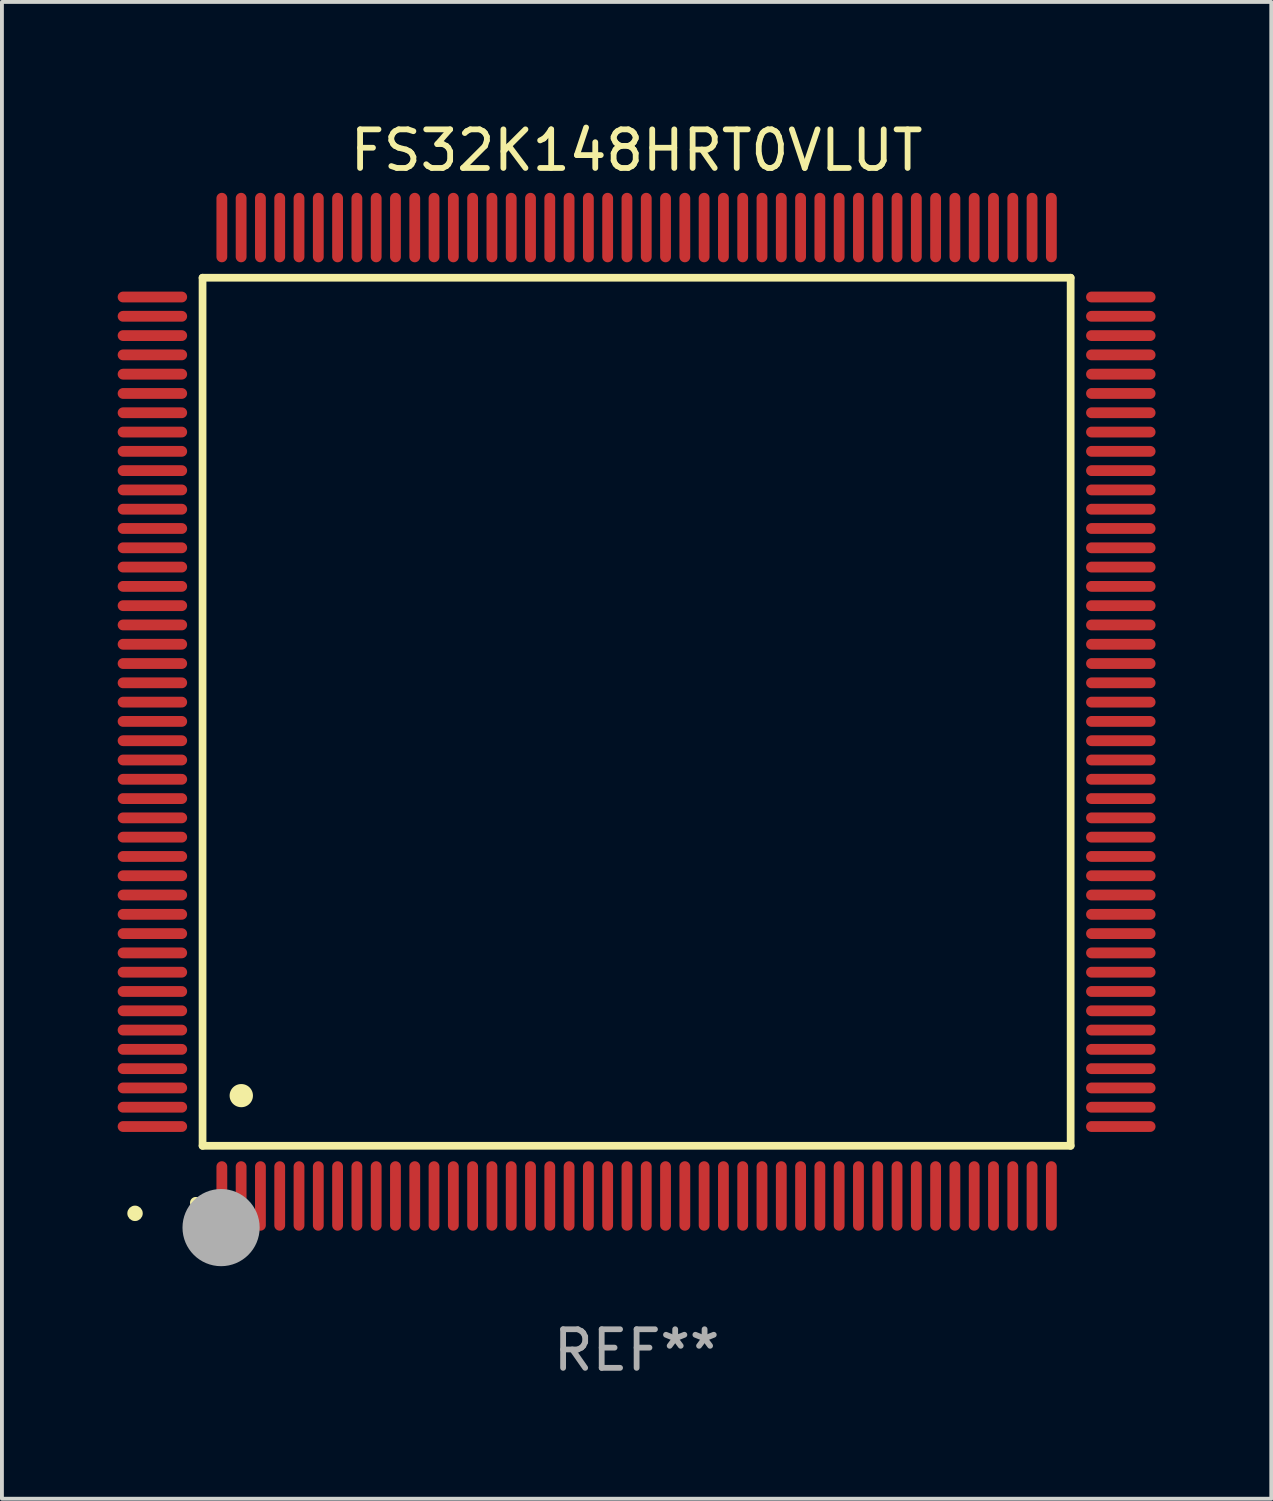
<source format=kicad_pcb>
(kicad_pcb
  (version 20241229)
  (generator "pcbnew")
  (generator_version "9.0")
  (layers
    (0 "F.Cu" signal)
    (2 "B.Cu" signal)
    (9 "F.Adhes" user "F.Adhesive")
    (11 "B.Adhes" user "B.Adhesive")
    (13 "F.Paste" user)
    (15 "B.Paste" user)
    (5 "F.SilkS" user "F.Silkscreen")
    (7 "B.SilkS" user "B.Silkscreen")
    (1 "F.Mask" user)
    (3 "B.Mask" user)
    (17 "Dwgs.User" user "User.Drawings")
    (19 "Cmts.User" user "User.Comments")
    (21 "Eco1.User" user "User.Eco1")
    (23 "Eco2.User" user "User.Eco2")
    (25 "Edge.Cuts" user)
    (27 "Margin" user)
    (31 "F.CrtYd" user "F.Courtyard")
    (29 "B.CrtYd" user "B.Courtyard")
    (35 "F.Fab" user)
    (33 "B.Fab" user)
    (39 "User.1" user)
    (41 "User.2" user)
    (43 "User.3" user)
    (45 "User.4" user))
  (footprint "FS32K148HRT0VLUT"
    (layer "F.Cu")
    (at 13.45 15.398)
    (property "Reference" "FS32K148HRT0VLUT" (at 0 -14.55 0) (layer "F.SilkS") (effects (font (size 1 1) (thickness 0.15))))
    (attr through_hole)
    (fp_line (start -11.25 -11.25) (end 11.25 -11.25) (stroke (width 0.2) (type solid)) (layer "F.SilkS"))
    (fp_line (start -11.25 11.25) (end -11.25 -11.25) (stroke (width 0.2) (type solid)) (layer "F.SilkS"))
    (fp_line (start 11.25 -11.25) (end 11.25 11.25) (stroke (width 0.2) (type solid)) (layer "F.SilkS"))
    (fp_line (start 11.25 11.25) (end -11.25 11.25) (stroke (width 0.2) (type solid)) (layer "F.SilkS"))
    (fp_arc (start -11.424943 12.725425) (mid -11.423673 12.72542) (end -11.422403 12.725425) (stroke (width 0.3) (type solid)) (layer "F.SilkS"))
    (fp_arc (start -10.24892 9.9492) (mid -10.24638 9.949189) (end -10.24384 9.9492) (stroke (width 0.6) (type solid)) (layer "F.SilkS"))
    (fp_circle (center -13 13) (end -12.9 13) (stroke (width 0.2) (type solid)) (fill no) (layer "F.SilkS"))
    (fp_circle (center -10.77 13.37) (end -10.27 13.37) (stroke (width 1) (type solid)) (fill no) (layer "F.Fab"))
    (fp_text user "REF**" (at 0 16.55 0) (layer "F.Fab") (effects (font (size 1 1) (thickness 0.15))))
    (pad "1" smd oval (at -10.75 12.55) (size 0.28 1.8) (layers "F.Cu" "F.Mask" "F.Paste"))
    (pad "2" smd oval (at -10.25 12.55) (size 0.28 1.8) (layers "F.Cu" "F.Mask" "F.Paste"))
    (pad "3" smd oval (at -9.75 12.55) (size 0.28 1.8) (layers "F.Cu" "F.Mask" "F.Paste"))
    (pad "4" smd oval (at -9.25 12.55) (size 0.28 1.8) (layers "F.Cu" "F.Mask" "F.Paste"))
    (pad "5" smd oval (at -8.75 12.55) (size 0.28 1.8) (layers "F.Cu" "F.Mask" "F.Paste"))
    (pad "6" smd oval (at -8.25 12.55) (size 0.28 1.8) (layers "F.Cu" "F.Mask" "F.Paste"))
    (pad "7" smd oval (at -7.75 12.55) (size 0.28 1.8) (layers "F.Cu" "F.Mask" "F.Paste"))
    (pad "8" smd oval (at -7.25 12.55) (size 0.28 1.8) (layers "F.Cu" "F.Mask" "F.Paste"))
    (pad "9" smd oval (at -6.75 12.55) (size 0.28 1.8) (layers "F.Cu" "F.Mask" "F.Paste"))
    (pad "10" smd oval (at -6.25 12.55) (size 0.28 1.8) (layers "F.Cu" "F.Mask" "F.Paste"))
    (pad "11" smd oval (at -5.75 12.55) (size 0.28 1.8) (layers "F.Cu" "F.Mask" "F.Paste"))
    (pad "12" smd oval (at -5.25 12.55) (size 0.28 1.8) (layers "F.Cu" "F.Mask" "F.Paste"))
    (pad "13" smd oval (at -4.75 12.55) (size 0.28 1.8) (layers "F.Cu" "F.Mask" "F.Paste"))
    (pad "14" smd oval (at -4.25 12.55) (size 0.28 1.8) (layers "F.Cu" "F.Mask" "F.Paste"))
    (pad "15" smd oval (at -3.75 12.55) (size 0.28 1.8) (layers "F.Cu" "F.Mask" "F.Paste"))
    (pad "16" smd oval (at -3.25 12.55) (size 0.28 1.8) (layers "F.Cu" "F.Mask" "F.Paste"))
    (pad "17" smd oval (at -2.75 12.55) (size 0.28 1.8) (layers "F.Cu" "F.Mask" "F.Paste"))
    (pad "18" smd oval (at -2.25 12.55) (size 0.28 1.8) (layers "F.Cu" "F.Mask" "F.Paste"))
    (pad "19" smd oval (at -1.75 12.55) (size 0.28 1.8) (layers "F.Cu" "F.Mask" "F.Paste"))
    (pad "20" smd oval (at -1.25 12.55) (size 0.28 1.8) (layers "F.Cu" "F.Mask" "F.Paste"))
    (pad "21" smd oval (at -0.75 12.55) (size 0.28 1.8) (layers "F.Cu" "F.Mask" "F.Paste"))
    (pad "22" smd oval (at -0.25 12.55) (size 0.28 1.8) (layers "F.Cu" "F.Mask" "F.Paste"))
    (pad "23" smd oval (at 0.25 12.55) (size 0.28 1.8) (layers "F.Cu" "F.Mask" "F.Paste"))
    (pad "24" smd oval (at 0.75 12.55) (size 0.28 1.8) (layers "F.Cu" "F.Mask" "F.Paste"))
    (pad "25" smd oval (at 1.25 12.55) (size 0.28 1.8) (layers "F.Cu" "F.Mask" "F.Paste"))
    (pad "26" smd oval (at 1.75 12.55) (size 0.28 1.8) (layers "F.Cu" "F.Mask" "F.Paste"))
    (pad "27" smd oval (at 2.25 12.55) (size 0.28 1.8) (layers "F.Cu" "F.Mask" "F.Paste"))
    (pad "28" smd oval (at 2.75 12.55) (size 0.28 1.8) (layers "F.Cu" "F.Mask" "F.Paste"))
    (pad "29" smd oval (at 3.25 12.55) (size 0.28 1.8) (layers "F.Cu" "F.Mask" "F.Paste"))
    (pad "30" smd oval (at 3.75 12.55) (size 0.28 1.8) (layers "F.Cu" "F.Mask" "F.Paste"))
    (pad "31" smd oval (at 4.25 12.55) (size 0.28 1.8) (layers "F.Cu" "F.Mask" "F.Paste"))
    (pad "32" smd oval (at 4.75 12.55) (size 0.28 1.8) (layers "F.Cu" "F.Mask" "F.Paste"))
    (pad "33" smd oval (at 5.25 12.55) (size 0.28 1.8) (layers "F.Cu" "F.Mask" "F.Paste"))
    (pad "34" smd oval (at 5.75 12.55) (size 0.28 1.8) (layers "F.Cu" "F.Mask" "F.Paste"))
    (pad "35" smd oval (at 6.25 12.55) (size 0.28 1.8) (layers "F.Cu" "F.Mask" "F.Paste"))
    (pad "36" smd oval (at 6.75 12.55) (size 0.28 1.8) (layers "F.Cu" "F.Mask" "F.Paste"))
    (pad "37" smd oval (at 7.25 12.55) (size 0.28 1.8) (layers "F.Cu" "F.Mask" "F.Paste"))
    (pad "38" smd oval (at 7.75 12.55) (size 0.28 1.8) (layers "F.Cu" "F.Mask" "F.Paste"))
    (pad "39" smd oval (at 8.25 12.55) (size 0.28 1.8) (layers "F.Cu" "F.Mask" "F.Paste"))
    (pad "40" smd oval (at 8.75 12.55) (size 0.28 1.8) (layers "F.Cu" "F.Mask" "F.Paste"))
    (pad "41" smd oval (at 9.25 12.55) (size 0.28 1.8) (layers "F.Cu" "F.Mask" "F.Paste"))
    (pad "42" smd oval (at 9.75 12.55) (size 0.28 1.8) (layers "F.Cu" "F.Mask" "F.Paste"))
    (pad "43" smd oval (at 10.25 12.55) (size 0.28 1.8) (layers "F.Cu" "F.Mask" "F.Paste"))
    (pad "44" smd oval (at 10.75 12.55) (size 0.28 1.8) (layers "F.Cu" "F.Mask" "F.Paste"))
    (pad "45" smd oval (at 12.55 10.75) (size 1.8 0.28) (layers "F.Cu" "F.Mask" "F.Paste"))
    (pad "46" smd oval (at 12.55 10.25) (size 1.8 0.28) (layers "F.Cu" "F.Mask" "F.Paste"))
    (pad "47" smd oval (at 12.55 9.75) (size 1.8 0.28) (layers "F.Cu" "F.Mask" "F.Paste"))
    (pad "48" smd oval (at 12.55 9.25) (size 1.8 0.28) (layers "F.Cu" "F.Mask" "F.Paste"))
    (pad "49" smd oval (at 12.55 8.75) (size 1.8 0.28) (layers "F.Cu" "F.Mask" "F.Paste"))
    (pad "50" smd oval (at 12.55 8.25) (size 1.8 0.28) (layers "F.Cu" "F.Mask" "F.Paste"))
    (pad "51" smd oval (at 12.55 7.75) (size 1.8 0.28) (layers "F.Cu" "F.Mask" "F.Paste"))
    (pad "52" smd oval (at 12.55 7.25) (size 1.8 0.28) (layers "F.Cu" "F.Mask" "F.Paste"))
    (pad "53" smd oval (at 12.55 6.75) (size 1.8 0.28) (layers "F.Cu" "F.Mask" "F.Paste"))
    (pad "54" smd oval (at 12.55 6.25) (size 1.8 0.28) (layers "F.Cu" "F.Mask" "F.Paste"))
    (pad "55" smd oval (at 12.55 5.75) (size 1.8 0.28) (layers "F.Cu" "F.Mask" "F.Paste"))
    (pad "56" smd oval (at 12.55 5.25) (size 1.8 0.28) (layers "F.Cu" "F.Mask" "F.Paste"))
    (pad "57" smd oval (at 12.55 4.75) (size 1.8 0.28) (layers "F.Cu" "F.Mask" "F.Paste"))
    (pad "58" smd oval (at 12.55 4.25) (size 1.8 0.28) (layers "F.Cu" "F.Mask" "F.Paste"))
    (pad "59" smd oval (at 12.55 3.75) (size 1.8 0.28) (layers "F.Cu" "F.Mask" "F.Paste"))
    (pad "60" smd oval (at 12.55 3.25) (size 1.8 0.28) (layers "F.Cu" "F.Mask" "F.Paste"))
    (pad "61" smd oval (at 12.55 2.75) (size 1.8 0.28) (layers "F.Cu" "F.Mask" "F.Paste"))
    (pad "62" smd oval (at 12.55 2.25) (size 1.8 0.28) (layers "F.Cu" "F.Mask" "F.Paste"))
    (pad "63" smd oval (at 12.55 1.75) (size 1.8 0.28) (layers "F.Cu" "F.Mask" "F.Paste"))
    (pad "64" smd oval (at 12.55 1.25) (size 1.8 0.28) (layers "F.Cu" "F.Mask" "F.Paste"))
    (pad "65" smd oval (at 12.55 0.75) (size 1.8 0.28) (layers "F.Cu" "F.Mask" "F.Paste"))
    (pad "66" smd oval (at 12.55 0.25) (size 1.8 0.28) (layers "F.Cu" "F.Mask" "F.Paste"))
    (pad "67" smd oval (at 12.55 -0.25) (size 1.8 0.28) (layers "F.Cu" "F.Mask" "F.Paste"))
    (pad "68" smd oval (at 12.55 -0.75) (size 1.8 0.28) (layers "F.Cu" "F.Mask" "F.Paste"))
    (pad "69" smd oval (at 12.55 -1.25) (size 1.8 0.28) (layers "F.Cu" "F.Mask" "F.Paste"))
    (pad "70" smd oval (at 12.55 -1.75) (size 1.8 0.28) (layers "F.Cu" "F.Mask" "F.Paste"))
    (pad "71" smd oval (at 12.55 -2.25) (size 1.8 0.28) (layers "F.Cu" "F.Mask" "F.Paste"))
    (pad "72" smd oval (at 12.55 -2.75) (size 1.8 0.28) (layers "F.Cu" "F.Mask" "F.Paste"))
    (pad "73" smd oval (at 12.55 -3.25) (size 1.8 0.28) (layers "F.Cu" "F.Mask" "F.Paste"))
    (pad "74" smd oval (at 12.55 -3.75) (size 1.8 0.28) (layers "F.Cu" "F.Mask" "F.Paste"))
    (pad "75" smd oval (at 12.55 -4.25) (size 1.8 0.28) (layers "F.Cu" "F.Mask" "F.Paste"))
    (pad "76" smd oval (at 12.55 -4.75) (size 1.8 0.28) (layers "F.Cu" "F.Mask" "F.Paste"))
    (pad "77" smd oval (at 12.55 -5.25) (size 1.8 0.28) (layers "F.Cu" "F.Mask" "F.Paste"))
    (pad "78" smd oval (at 12.55 -5.75) (size 1.8 0.28) (layers "F.Cu" "F.Mask" "F.Paste"))
    (pad "79" smd oval (at 12.55 -6.25) (size 1.8 0.28) (layers "F.Cu" "F.Mask" "F.Paste"))
    (pad "80" smd oval (at 12.55 -6.75) (size 1.8 0.28) (layers "F.Cu" "F.Mask" "F.Paste"))
    (pad "81" smd oval (at 12.55 -7.25) (size 1.8 0.28) (layers "F.Cu" "F.Mask" "F.Paste"))
    (pad "82" smd oval (at 12.55 -7.75) (size 1.8 0.28) (layers "F.Cu" "F.Mask" "F.Paste"))
    (pad "83" smd oval (at 12.55 -8.25) (size 1.8 0.28) (layers "F.Cu" "F.Mask" "F.Paste"))
    (pad "84" smd oval (at 12.55 -8.75) (size 1.8 0.28) (layers "F.Cu" "F.Mask" "F.Paste"))
    (pad "85" smd oval (at 12.55 -9.25) (size 1.8 0.28) (layers "F.Cu" "F.Mask" "F.Paste"))
    (pad "86" smd oval (at 12.55 -9.75) (size 1.8 0.28) (layers "F.Cu" "F.Mask" "F.Paste"))
    (pad "87" smd oval (at 12.55 -10.25) (size 1.8 0.28) (layers "F.Cu" "F.Mask" "F.Paste"))
    (pad "88" smd oval (at 12.55 -10.75) (size 1.8 0.28) (layers "F.Cu" "F.Mask" "F.Paste"))
    (pad "89" smd oval (at 10.75 -12.55) (size 0.28 1.8) (layers "F.Cu" "F.Mask" "F.Paste"))
    (pad "90" smd oval (at 10.25 -12.55) (size 0.28 1.8) (layers "F.Cu" "F.Mask" "F.Paste"))
    (pad "91" smd oval (at 9.75 -12.55) (size 0.28 1.8) (layers "F.Cu" "F.Mask" "F.Paste"))
    (pad "92" smd oval (at 9.25 -12.55) (size 0.28 1.8) (layers "F.Cu" "F.Mask" "F.Paste"))
    (pad "93" smd oval (at 8.75 -12.55) (size 0.28 1.8) (layers "F.Cu" "F.Mask" "F.Paste"))
    (pad "94" smd oval (at 8.25 -12.55) (size 0.28 1.8) (layers "F.Cu" "F.Mask" "F.Paste"))
    (pad "95" smd oval (at 7.75 -12.55) (size 0.28 1.8) (layers "F.Cu" "F.Mask" "F.Paste"))
    (pad "96" smd oval (at 7.25 -12.55) (size 0.28 1.8) (layers "F.Cu" "F.Mask" "F.Paste"))
    (pad "97" smd oval (at 6.75 -12.55) (size 0.28 1.8) (layers "F.Cu" "F.Mask" "F.Paste"))
    (pad "98" smd oval (at 6.25 -12.55) (size 0.28 1.8) (layers "F.Cu" "F.Mask" "F.Paste"))
    (pad "99" smd oval (at 5.75 -12.55) (size 0.28 1.8) (layers "F.Cu" "F.Mask" "F.Paste"))
    (pad "100" smd oval (at 5.25 -12.55) (size 0.28 1.8) (layers "F.Cu" "F.Mask" "F.Paste"))
    (pad "101" smd oval (at 4.75 -12.55) (size 0.28 1.8) (layers "F.Cu" "F.Mask" "F.Paste"))
    (pad "102" smd oval (at 4.25 -12.55) (size 0.28 1.8) (layers "F.Cu" "F.Mask" "F.Paste"))
    (pad "103" smd oval (at 3.75 -12.55) (size 0.28 1.8) (layers "F.Cu" "F.Mask" "F.Paste"))
    (pad "104" smd oval (at 3.25 -12.55) (size 0.28 1.8) (layers "F.Cu" "F.Mask" "F.Paste"))
    (pad "105" smd oval (at 2.75 -12.55) (size 0.28 1.8) (layers "F.Cu" "F.Mask" "F.Paste"))
    (pad "106" smd oval (at 2.25 -12.55) (size 0.28 1.8) (layers "F.Cu" "F.Mask" "F.Paste"))
    (pad "107" smd oval (at 1.75 -12.55) (size 0.28 1.8) (layers "F.Cu" "F.Mask" "F.Paste"))
    (pad "108" smd oval (at 1.25 -12.55) (size 0.28 1.8) (layers "F.Cu" "F.Mask" "F.Paste"))
    (pad "109" smd oval (at 0.75 -12.55) (size 0.28 1.8) (layers "F.Cu" "F.Mask" "F.Paste"))
    (pad "110" smd oval (at 0.25 -12.55) (size 0.28 1.8) (layers "F.Cu" "F.Mask" "F.Paste"))
    (pad "111" smd oval (at -0.25 -12.55) (size 0.28 1.8) (layers "F.Cu" "F.Mask" "F.Paste"))
    (pad "112" smd oval (at -0.75 -12.55) (size 0.28 1.8) (layers "F.Cu" "F.Mask" "F.Paste"))
    (pad "113" smd oval (at -1.25 -12.55) (size 0.28 1.8) (layers "F.Cu" "F.Mask" "F.Paste"))
    (pad "114" smd oval (at -1.75 -12.55) (size 0.28 1.8) (layers "F.Cu" "F.Mask" "F.Paste"))
    (pad "115" smd oval (at -2.25 -12.55) (size 0.28 1.8) (layers "F.Cu" "F.Mask" "F.Paste"))
    (pad "116" smd oval (at -2.75 -12.55) (size 0.28 1.8) (layers "F.Cu" "F.Mask" "F.Paste"))
    (pad "117" smd oval (at -3.25 -12.55) (size 0.28 1.8) (layers "F.Cu" "F.Mask" "F.Paste"))
    (pad "118" smd oval (at -3.75 -12.55) (size 0.28 1.8) (layers "F.Cu" "F.Mask" "F.Paste"))
    (pad "119" smd oval (at -4.25 -12.55) (size 0.28 1.8) (layers "F.Cu" "F.Mask" "F.Paste"))
    (pad "120" smd oval (at -4.75 -12.55) (size 0.28 1.8) (layers "F.Cu" "F.Mask" "F.Paste"))
    (pad "121" smd oval (at -5.25 -12.55) (size 0.28 1.8) (layers "F.Cu" "F.Mask" "F.Paste"))
    (pad "122" smd oval (at -5.75 -12.55) (size 0.28 1.8) (layers "F.Cu" "F.Mask" "F.Paste"))
    (pad "123" smd oval (at -6.25 -12.55) (size 0.28 1.8) (layers "F.Cu" "F.Mask" "F.Paste"))
    (pad "124" smd oval (at -6.75 -12.55) (size 0.28 1.8) (layers "F.Cu" "F.Mask" "F.Paste"))
    (pad "125" smd oval (at -7.25 -12.55) (size 0.28 1.8) (layers "F.Cu" "F.Mask" "F.Paste"))
    (pad "126" smd oval (at -7.75 -12.55) (size 0.28 1.8) (layers "F.Cu" "F.Mask" "F.Paste"))
    (pad "127" smd oval (at -8.25 -12.55) (size 0.28 1.8) (layers "F.Cu" "F.Mask" "F.Paste"))
    (pad "128" smd oval (at -8.75 -12.55) (size 0.28 1.8) (layers "F.Cu" "F.Mask" "F.Paste"))
    (pad "129" smd oval (at -9.25 -12.55) (size 0.28 1.8) (layers "F.Cu" "F.Mask" "F.Paste"))
    (pad "130" smd oval (at -9.75 -12.55) (size 0.28 1.8) (layers "F.Cu" "F.Mask" "F.Paste"))
    (pad "131" smd oval (at -10.25 -12.55) (size 0.28 1.8) (layers "F.Cu" "F.Mask" "F.Paste"))
    (pad "132" smd oval (at -10.75 -12.55) (size 0.28 1.8) (layers "F.Cu" "F.Mask" "F.Paste"))
    (pad "133" smd oval (at -12.55 -10.75) (size 1.8 0.28) (layers "F.Cu" "F.Mask" "F.Paste"))
    (pad "134" smd oval (at -12.55 -10.25) (size 1.8 0.28) (layers "F.Cu" "F.Mask" "F.Paste"))
    (pad "135" smd oval (at -12.55 -9.75) (size 1.8 0.28) (layers "F.Cu" "F.Mask" "F.Paste"))
    (pad "136" smd oval (at -12.55 -9.25) (size 1.8 0.28) (layers "F.Cu" "F.Mask" "F.Paste"))
    (pad "137" smd oval (at -12.55 -8.75) (size 1.8 0.28) (layers "F.Cu" "F.Mask" "F.Paste"))
    (pad "138" smd oval (at -12.55 -8.25) (size 1.8 0.28) (layers "F.Cu" "F.Mask" "F.Paste"))
    (pad "139" smd oval (at -12.55 -7.75) (size 1.8 0.28) (layers "F.Cu" "F.Mask" "F.Paste"))
    (pad "140" smd oval (at -12.55 -7.25) (size 1.8 0.28) (layers "F.Cu" "F.Mask" "F.Paste"))
    (pad "141" smd oval (at -12.55 -6.75) (size 1.8 0.28) (layers "F.Cu" "F.Mask" "F.Paste"))
    (pad "142" smd oval (at -12.55 -6.25) (size 1.8 0.28) (layers "F.Cu" "F.Mask" "F.Paste"))
    (pad "143" smd oval (at -12.55 -5.75) (size 1.8 0.28) (layers "F.Cu" "F.Mask" "F.Paste"))
    (pad "144" smd oval (at -12.55 -5.25) (size 1.8 0.28) (layers "F.Cu" "F.Mask" "F.Paste"))
    (pad "145" smd oval (at -12.55 -4.75) (size 1.8 0.28) (layers "F.Cu" "F.Mask" "F.Paste"))
    (pad "146" smd oval (at -12.55 -4.25) (size 1.8 0.28) (layers "F.Cu" "F.Mask" "F.Paste"))
    (pad "147" smd oval (at -12.55 -3.75) (size 1.8 0.28) (layers "F.Cu" "F.Mask" "F.Paste"))
    (pad "148" smd oval (at -12.55 -3.25) (size 1.8 0.28) (layers "F.Cu" "F.Mask" "F.Paste"))
    (pad "149" smd oval (at -12.55 -2.75) (size 1.8 0.28) (layers "F.Cu" "F.Mask" "F.Paste"))
    (pad "150" smd oval (at -12.55 -2.25) (size 1.8 0.28) (layers "F.Cu" "F.Mask" "F.Paste"))
    (pad "151" smd oval (at -12.55 -1.75) (size 1.8 0.28) (layers "F.Cu" "F.Mask" "F.Paste"))
    (pad "152" smd oval (at -12.55 -1.25) (size 1.8 0.28) (layers "F.Cu" "F.Mask" "F.Paste"))
    (pad "153" smd oval (at -12.55 -0.75) (size 1.8 0.28) (layers "F.Cu" "F.Mask" "F.Paste"))
    (pad "154" smd oval (at -12.55 -0.25) (size 1.8 0.28) (layers "F.Cu" "F.Mask" "F.Paste"))
    (pad "155" smd oval (at -12.55 0.25) (size 1.8 0.28) (layers "F.Cu" "F.Mask" "F.Paste"))
    (pad "156" smd oval (at -12.55 0.75) (size 1.8 0.28) (layers "F.Cu" "F.Mask" "F.Paste"))
    (pad "157" smd oval (at -12.55 1.25) (size 1.8 0.28) (layers "F.Cu" "F.Mask" "F.Paste"))
    (pad "158" smd oval (at -12.55 1.75) (size 1.8 0.28) (layers "F.Cu" "F.Mask" "F.Paste"))
    (pad "159" smd oval (at -12.55 2.25) (size 1.8 0.28) (layers "F.Cu" "F.Mask" "F.Paste"))
    (pad "160" smd oval (at -12.55 2.75) (size 1.8 0.28) (layers "F.Cu" "F.Mask" "F.Paste"))
    (pad "161" smd oval (at -12.55 3.25) (size 1.8 0.28) (layers "F.Cu" "F.Mask" "F.Paste"))
    (pad "162" smd oval (at -12.55 3.75) (size 1.8 0.28) (layers "F.Cu" "F.Mask" "F.Paste"))
    (pad "163" smd oval (at -12.55 4.25) (size 1.8 0.28) (layers "F.Cu" "F.Mask" "F.Paste"))
    (pad "164" smd oval (at -12.55 4.75) (size 1.8 0.28) (layers "F.Cu" "F.Mask" "F.Paste"))
    (pad "165" smd oval (at -12.55 5.25) (size 1.8 0.28) (layers "F.Cu" "F.Mask" "F.Paste"))
    (pad "166" smd oval (at -12.55 5.75) (size 1.8 0.28) (layers "F.Cu" "F.Mask" "F.Paste"))
    (pad "167" smd oval (at -12.55 6.25) (size 1.8 0.28) (layers "F.Cu" "F.Mask" "F.Paste"))
    (pad "168" smd oval (at -12.55 6.75) (size 1.8 0.28) (layers "F.Cu" "F.Mask" "F.Paste"))
    (pad "169" smd oval (at -12.55 7.25) (size 1.8 0.28) (layers "F.Cu" "F.Mask" "F.Paste"))
    (pad "170" smd oval (at -12.55 7.75) (size 1.8 0.28) (layers "F.Cu" "F.Mask" "F.Paste"))
    (pad "171" smd oval (at -12.55 8.25) (size 1.8 0.28) (layers "F.Cu" "F.Mask" "F.Paste"))
    (pad "172" smd oval (at -12.55 8.75) (size 1.8 0.28) (layers "F.Cu" "F.Mask" "F.Paste"))
    (pad "173" smd oval (at -12.55 9.25) (size 1.8 0.28) (layers "F.Cu" "F.Mask" "F.Paste"))
    (pad "174" smd oval (at -12.55 9.75) (size 1.8 0.28) (layers "F.Cu" "F.Mask" "F.Paste"))
    (pad "175" smd oval (at -12.55 10.25) (size 1.8 0.28) (layers "F.Cu" "F.Mask" "F.Paste"))
    (pad "176" smd oval (at -12.55 10.75) (size 1.8 0.28) (layers "F.Cu" "F.Mask" "F.Paste")))
  (gr_rect
    (start -3 -3)
    (end 29.9 35.796)
    (stroke (width 0.1) (type default))
    (fill no)
    (layer "Edge.Cuts")))
</source>
